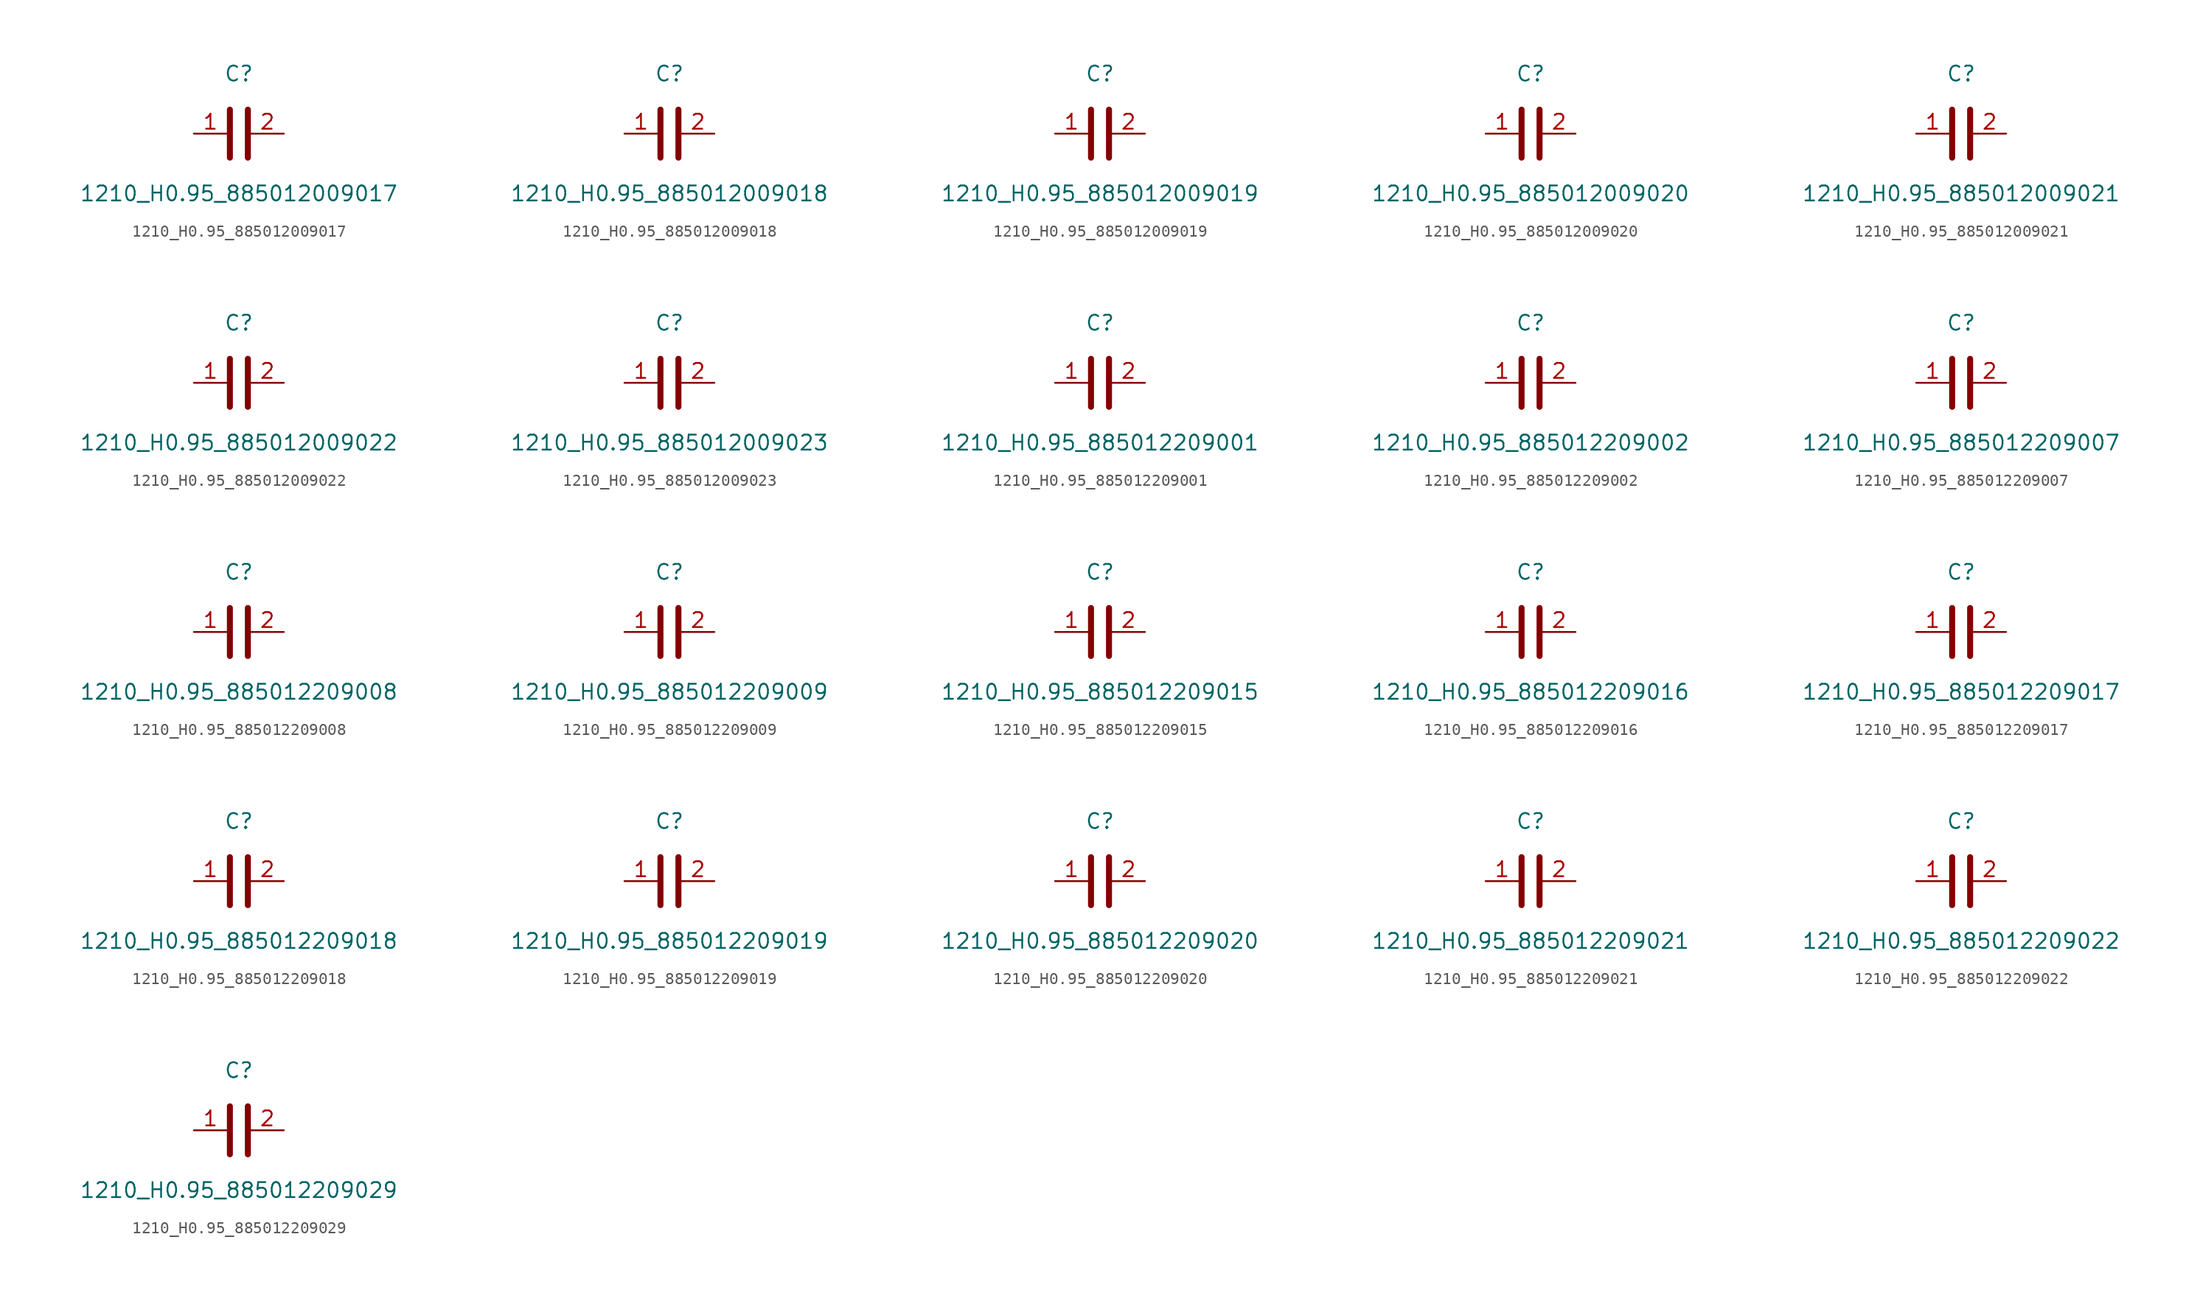
<source format=kicad_sym>
(kicad_symbol_lib
  (version 20220914)
  (generator kicad_symbol_editor)
  (symbol "1210_H0.95_885012009017"
    (pin_names hide)
    (property "Reference" "C"
      (at 0 5.08 0)
      (effects (font (size 1.27 1.27))))
    (property "Value" "1210_H0.95_885012009017"
      (at 0 -5.08 0)
      (effects (font (size 1.27 1.27))))
    (symbol "1210_H0.95_885012009017_0_1"
      (polyline (pts (xy -0.762 -2.032) (xy -0.762 2.032)) (stroke (width 0.508) (type default)) (fill (type none)))
      (polyline (pts (xy 0.762 -2.032) (xy 0.762 2.032)) (stroke (width 0.508) (type default)) (fill (type none))))
    (symbol "1210_H0.95_885012009017_1_1"
      (pin passive line (at -3.81 0 0) (length 2.794) (name "1" (effects (font (size 1.27 1.27)))) (number "1" (effects (font (size 1.27 1.27)))))
      (pin passive line (at 3.81 0 180) (length 2.794) (name "2" (effects (font (size 1.27 1.27)))) (number "2" (effects (font (size 1.27 1.27)))))))
  (symbol "1210_H0.95_885012009018"
    (pin_names hide)
    (property "Reference" "C"
      (at 0 5.08 0)
      (effects (font (size 1.27 1.27))))
    (property "Value" "1210_H0.95_885012009018"
      (at 0 -5.08 0)
      (effects (font (size 1.27 1.27))))
    (symbol "1210_H0.95_885012009018_0_1"
      (polyline (pts (xy -0.762 -2.032) (xy -0.762 2.032)) (stroke (width 0.508) (type default)) (fill (type none)))
      (polyline (pts (xy 0.762 -2.032) (xy 0.762 2.032)) (stroke (width 0.508) (type default)) (fill (type none))))
    (symbol "1210_H0.95_885012009018_1_1"
      (pin passive line (at -3.81 0 0) (length 2.794) (name "1" (effects (font (size 1.27 1.27)))) (number "1" (effects (font (size 1.27 1.27)))))
      (pin passive line (at 3.81 0 180) (length 2.794) (name "2" (effects (font (size 1.27 1.27)))) (number "2" (effects (font (size 1.27 1.27)))))))
  (symbol "1210_H0.95_885012009019"
    (pin_names hide)
    (property "Reference" "C"
      (at 0 5.08 0)
      (effects (font (size 1.27 1.27))))
    (property "Value" "1210_H0.95_885012009019"
      (at 0 -5.08 0)
      (effects (font (size 1.27 1.27))))
    (symbol "1210_H0.95_885012009019_0_1"
      (polyline (pts (xy -0.762 -2.032) (xy -0.762 2.032)) (stroke (width 0.508) (type default)) (fill (type none)))
      (polyline (pts (xy 0.762 -2.032) (xy 0.762 2.032)) (stroke (width 0.508) (type default)) (fill (type none))))
    (symbol "1210_H0.95_885012009019_1_1"
      (pin passive line (at -3.81 0 0) (length 2.794) (name "1" (effects (font (size 1.27 1.27)))) (number "1" (effects (font (size 1.27 1.27)))))
      (pin passive line (at 3.81 0 180) (length 2.794) (name "2" (effects (font (size 1.27 1.27)))) (number "2" (effects (font (size 1.27 1.27)))))))
  (symbol "1210_H0.95_885012009020"
    (pin_names hide)
    (property "Reference" "C"
      (at 0 5.08 0)
      (effects (font (size 1.27 1.27))))
    (property "Value" "1210_H0.95_885012009020"
      (at 0 -5.08 0)
      (effects (font (size 1.27 1.27))))
    (symbol "1210_H0.95_885012009020_0_1"
      (polyline (pts (xy -0.762 -2.032) (xy -0.762 2.032)) (stroke (width 0.508) (type default)) (fill (type none)))
      (polyline (pts (xy 0.762 -2.032) (xy 0.762 2.032)) (stroke (width 0.508) (type default)) (fill (type none))))
    (symbol "1210_H0.95_885012009020_1_1"
      (pin passive line (at -3.81 0 0) (length 2.794) (name "1" (effects (font (size 1.27 1.27)))) (number "1" (effects (font (size 1.27 1.27)))))
      (pin passive line (at 3.81 0 180) (length 2.794) (name "2" (effects (font (size 1.27 1.27)))) (number "2" (effects (font (size 1.27 1.27)))))))
  (symbol "1210_H0.95_885012009021"
    (pin_names hide)
    (property "Reference" "C"
      (at 0 5.08 0)
      (effects (font (size 1.27 1.27))))
    (property "Value" "1210_H0.95_885012009021"
      (at 0 -5.08 0)
      (effects (font (size 1.27 1.27))))
    (symbol "1210_H0.95_885012009021_0_1"
      (polyline (pts (xy -0.762 -2.032) (xy -0.762 2.032)) (stroke (width 0.508) (type default)) (fill (type none)))
      (polyline (pts (xy 0.762 -2.032) (xy 0.762 2.032)) (stroke (width 0.508) (type default)) (fill (type none))))
    (symbol "1210_H0.95_885012009021_1_1"
      (pin passive line (at -3.81 0 0) (length 2.794) (name "1" (effects (font (size 1.27 1.27)))) (number "1" (effects (font (size 1.27 1.27)))))
      (pin passive line (at 3.81 0 180) (length 2.794) (name "2" (effects (font (size 1.27 1.27)))) (number "2" (effects (font (size 1.27 1.27)))))))
  (symbol "1210_H0.95_885012009022"
    (pin_names hide)
    (property "Reference" "C"
      (at 0 5.08 0)
      (effects (font (size 1.27 1.27))))
    (property "Value" "1210_H0.95_885012009022"
      (at 0 -5.08 0)
      (effects (font (size 1.27 1.27))))
    (symbol "1210_H0.95_885012009022_0_1"
      (polyline (pts (xy -0.762 -2.032) (xy -0.762 2.032)) (stroke (width 0.508) (type default)) (fill (type none)))
      (polyline (pts (xy 0.762 -2.032) (xy 0.762 2.032)) (stroke (width 0.508) (type default)) (fill (type none))))
    (symbol "1210_H0.95_885012009022_1_1"
      (pin passive line (at -3.81 0 0) (length 2.794) (name "1" (effects (font (size 1.27 1.27)))) (number "1" (effects (font (size 1.27 1.27)))))
      (pin passive line (at 3.81 0 180) (length 2.794) (name "2" (effects (font (size 1.27 1.27)))) (number "2" (effects (font (size 1.27 1.27)))))))
  (symbol "1210_H0.95_885012009023"
    (pin_names hide)
    (property "Reference" "C"
      (at 0 5.08 0)
      (effects (font (size 1.27 1.27))))
    (property "Value" "1210_H0.95_885012009023"
      (at 0 -5.08 0)
      (effects (font (size 1.27 1.27))))
    (symbol "1210_H0.95_885012009023_0_1"
      (polyline (pts (xy -0.762 -2.032) (xy -0.762 2.032)) (stroke (width 0.508) (type default)) (fill (type none)))
      (polyline (pts (xy 0.762 -2.032) (xy 0.762 2.032)) (stroke (width 0.508) (type default)) (fill (type none))))
    (symbol "1210_H0.95_885012009023_1_1"
      (pin passive line (at -3.81 0 0) (length 2.794) (name "1" (effects (font (size 1.27 1.27)))) (number "1" (effects (font (size 1.27 1.27)))))
      (pin passive line (at 3.81 0 180) (length 2.794) (name "2" (effects (font (size 1.27 1.27)))) (number "2" (effects (font (size 1.27 1.27)))))))
  (symbol "1210_H0.95_885012209001"
    (pin_names hide)
    (property "Reference" "C"
      (at 0 5.08 0)
      (effects (font (size 1.27 1.27))))
    (property "Value" "1210_H0.95_885012209001"
      (at 0 -5.08 0)
      (effects (font (size 1.27 1.27))))
    (symbol "1210_H0.95_885012209001_0_1"
      (polyline (pts (xy -0.762 -2.032) (xy -0.762 2.032)) (stroke (width 0.508) (type default)) (fill (type none)))
      (polyline (pts (xy 0.762 -2.032) (xy 0.762 2.032)) (stroke (width 0.508) (type default)) (fill (type none))))
    (symbol "1210_H0.95_885012209001_1_1"
      (pin passive line (at -3.81 0 0) (length 2.794) (name "1" (effects (font (size 1.27 1.27)))) (number "1" (effects (font (size 1.27 1.27)))))
      (pin passive line (at 3.81 0 180) (length 2.794) (name "2" (effects (font (size 1.27 1.27)))) (number "2" (effects (font (size 1.27 1.27)))))))
  (symbol "1210_H0.95_885012209002"
    (pin_names hide)
    (property "Reference" "C"
      (at 0 5.08 0)
      (effects (font (size 1.27 1.27))))
    (property "Value" "1210_H0.95_885012209002"
      (at 0 -5.08 0)
      (effects (font (size 1.27 1.27))))
    (symbol "1210_H0.95_885012209002_0_1"
      (polyline (pts (xy -0.762 -2.032) (xy -0.762 2.032)) (stroke (width 0.508) (type default)) (fill (type none)))
      (polyline (pts (xy 0.762 -2.032) (xy 0.762 2.032)) (stroke (width 0.508) (type default)) (fill (type none))))
    (symbol "1210_H0.95_885012209002_1_1"
      (pin passive line (at -3.81 0 0) (length 2.794) (name "1" (effects (font (size 1.27 1.27)))) (number "1" (effects (font (size 1.27 1.27)))))
      (pin passive line (at 3.81 0 180) (length 2.794) (name "2" (effects (font (size 1.27 1.27)))) (number "2" (effects (font (size 1.27 1.27)))))))
  (symbol "1210_H0.95_885012209007"
    (pin_names hide)
    (property "Reference" "C"
      (at 0 5.08 0)
      (effects (font (size 1.27 1.27))))
    (property "Value" "1210_H0.95_885012209007"
      (at 0 -5.08 0)
      (effects (font (size 1.27 1.27))))
    (symbol "1210_H0.95_885012209007_0_1"
      (polyline (pts (xy -0.762 -2.032) (xy -0.762 2.032)) (stroke (width 0.508) (type default)) (fill (type none)))
      (polyline (pts (xy 0.762 -2.032) (xy 0.762 2.032)) (stroke (width 0.508) (type default)) (fill (type none))))
    (symbol "1210_H0.95_885012209007_1_1"
      (pin passive line (at -3.81 0 0) (length 2.794) (name "1" (effects (font (size 1.27 1.27)))) (number "1" (effects (font (size 1.27 1.27)))))
      (pin passive line (at 3.81 0 180) (length 2.794) (name "2" (effects (font (size 1.27 1.27)))) (number "2" (effects (font (size 1.27 1.27)))))))
  (symbol "1210_H0.95_885012209008"
    (pin_names hide)
    (property "Reference" "C"
      (at 0 5.08 0)
      (effects (font (size 1.27 1.27))))
    (property "Value" "1210_H0.95_885012209008"
      (at 0 -5.08 0)
      (effects (font (size 1.27 1.27))))
    (symbol "1210_H0.95_885012209008_0_1"
      (polyline (pts (xy -0.762 -2.032) (xy -0.762 2.032)) (stroke (width 0.508) (type default)) (fill (type none)))
      (polyline (pts (xy 0.762 -2.032) (xy 0.762 2.032)) (stroke (width 0.508) (type default)) (fill (type none))))
    (symbol "1210_H0.95_885012209008_1_1"
      (pin passive line (at -3.81 0 0) (length 2.794) (name "1" (effects (font (size 1.27 1.27)))) (number "1" (effects (font (size 1.27 1.27)))))
      (pin passive line (at 3.81 0 180) (length 2.794) (name "2" (effects (font (size 1.27 1.27)))) (number "2" (effects (font (size 1.27 1.27)))))))
  (symbol "1210_H0.95_885012209009"
    (pin_names hide)
    (property "Reference" "C"
      (at 0 5.08 0)
      (effects (font (size 1.27 1.27))))
    (property "Value" "1210_H0.95_885012209009"
      (at 0 -5.08 0)
      (effects (font (size 1.27 1.27))))
    (symbol "1210_H0.95_885012209009_0_1"
      (polyline (pts (xy -0.762 -2.032) (xy -0.762 2.032)) (stroke (width 0.508) (type default)) (fill (type none)))
      (polyline (pts (xy 0.762 -2.032) (xy 0.762 2.032)) (stroke (width 0.508) (type default)) (fill (type none))))
    (symbol "1210_H0.95_885012209009_1_1"
      (pin passive line (at -3.81 0 0) (length 2.794) (name "1" (effects (font (size 1.27 1.27)))) (number "1" (effects (font (size 1.27 1.27)))))
      (pin passive line (at 3.81 0 180) (length 2.794) (name "2" (effects (font (size 1.27 1.27)))) (number "2" (effects (font (size 1.27 1.27)))))))
  (symbol "1210_H0.95_885012209015"
    (pin_names hide)
    (property "Reference" "C"
      (at 0 5.08 0)
      (effects (font (size 1.27 1.27))))
    (property "Value" "1210_H0.95_885012209015"
      (at 0 -5.08 0)
      (effects (font (size 1.27 1.27))))
    (symbol "1210_H0.95_885012209015_0_1"
      (polyline (pts (xy -0.762 -2.032) (xy -0.762 2.032)) (stroke (width 0.508) (type default)) (fill (type none)))
      (polyline (pts (xy 0.762 -2.032) (xy 0.762 2.032)) (stroke (width 0.508) (type default)) (fill (type none))))
    (symbol "1210_H0.95_885012209015_1_1"
      (pin passive line (at -3.81 0 0) (length 2.794) (name "1" (effects (font (size 1.27 1.27)))) (number "1" (effects (font (size 1.27 1.27)))))
      (pin passive line (at 3.81 0 180) (length 2.794) (name "2" (effects (font (size 1.27 1.27)))) (number "2" (effects (font (size 1.27 1.27)))))))
  (symbol "1210_H0.95_885012209016"
    (pin_names hide)
    (property "Reference" "C"
      (at 0 5.08 0)
      (effects (font (size 1.27 1.27))))
    (property "Value" "1210_H0.95_885012209016"
      (at 0 -5.08 0)
      (effects (font (size 1.27 1.27))))
    (symbol "1210_H0.95_885012209016_0_1"
      (polyline (pts (xy -0.762 -2.032) (xy -0.762 2.032)) (stroke (width 0.508) (type default)) (fill (type none)))
      (polyline (pts (xy 0.762 -2.032) (xy 0.762 2.032)) (stroke (width 0.508) (type default)) (fill (type none))))
    (symbol "1210_H0.95_885012209016_1_1"
      (pin passive line (at -3.81 0 0) (length 2.794) (name "1" (effects (font (size 1.27 1.27)))) (number "1" (effects (font (size 1.27 1.27)))))
      (pin passive line (at 3.81 0 180) (length 2.794) (name "2" (effects (font (size 1.27 1.27)))) (number "2" (effects (font (size 1.27 1.27)))))))
  (symbol "1210_H0.95_885012209017"
    (pin_names hide)
    (property "Reference" "C"
      (at 0 5.08 0)
      (effects (font (size 1.27 1.27))))
    (property "Value" "1210_H0.95_885012209017"
      (at 0 -5.08 0)
      (effects (font (size 1.27 1.27))))
    (symbol "1210_H0.95_885012209017_0_1"
      (polyline (pts (xy -0.762 -2.032) (xy -0.762 2.032)) (stroke (width 0.508) (type default)) (fill (type none)))
      (polyline (pts (xy 0.762 -2.032) (xy 0.762 2.032)) (stroke (width 0.508) (type default)) (fill (type none))))
    (symbol "1210_H0.95_885012209017_1_1"
      (pin passive line (at -3.81 0 0) (length 2.794) (name "1" (effects (font (size 1.27 1.27)))) (number "1" (effects (font (size 1.27 1.27)))))
      (pin passive line (at 3.81 0 180) (length 2.794) (name "2" (effects (font (size 1.27 1.27)))) (number "2" (effects (font (size 1.27 1.27)))))))
  (symbol "1210_H0.95_885012209018"
    (pin_names hide)
    (property "Reference" "C"
      (at 0 5.08 0)
      (effects (font (size 1.27 1.27))))
    (property "Value" "1210_H0.95_885012209018"
      (at 0 -5.08 0)
      (effects (font (size 1.27 1.27))))
    (symbol "1210_H0.95_885012209018_0_1"
      (polyline (pts (xy -0.762 -2.032) (xy -0.762 2.032)) (stroke (width 0.508) (type default)) (fill (type none)))
      (polyline (pts (xy 0.762 -2.032) (xy 0.762 2.032)) (stroke (width 0.508) (type default)) (fill (type none))))
    (symbol "1210_H0.95_885012209018_1_1"
      (pin passive line (at -3.81 0 0) (length 2.794) (name "1" (effects (font (size 1.27 1.27)))) (number "1" (effects (font (size 1.27 1.27)))))
      (pin passive line (at 3.81 0 180) (length 2.794) (name "2" (effects (font (size 1.27 1.27)))) (number "2" (effects (font (size 1.27 1.27)))))))
  (symbol "1210_H0.95_885012209019"
    (pin_names hide)
    (property "Reference" "C"
      (at 0 5.08 0)
      (effects (font (size 1.27 1.27))))
    (property "Value" "1210_H0.95_885012209019"
      (at 0 -5.08 0)
      (effects (font (size 1.27 1.27))))
    (symbol "1210_H0.95_885012209019_0_1"
      (polyline (pts (xy -0.762 -2.032) (xy -0.762 2.032)) (stroke (width 0.508) (type default)) (fill (type none)))
      (polyline (pts (xy 0.762 -2.032) (xy 0.762 2.032)) (stroke (width 0.508) (type default)) (fill (type none))))
    (symbol "1210_H0.95_885012209019_1_1"
      (pin passive line (at -3.81 0 0) (length 2.794) (name "1" (effects (font (size 1.27 1.27)))) (number "1" (effects (font (size 1.27 1.27)))))
      (pin passive line (at 3.81 0 180) (length 2.794) (name "2" (effects (font (size 1.27 1.27)))) (number "2" (effects (font (size 1.27 1.27)))))))
  (symbol "1210_H0.95_885012209020"
    (pin_names hide)
    (property "Reference" "C"
      (at 0 5.08 0)
      (effects (font (size 1.27 1.27))))
    (property "Value" "1210_H0.95_885012209020"
      (at 0 -5.08 0)
      (effects (font (size 1.27 1.27))))
    (symbol "1210_H0.95_885012209020_0_1"
      (polyline (pts (xy -0.762 -2.032) (xy -0.762 2.032)) (stroke (width 0.508) (type default)) (fill (type none)))
      (polyline (pts (xy 0.762 -2.032) (xy 0.762 2.032)) (stroke (width 0.508) (type default)) (fill (type none))))
    (symbol "1210_H0.95_885012209020_1_1"
      (pin passive line (at -3.81 0 0) (length 2.794) (name "1" (effects (font (size 1.27 1.27)))) (number "1" (effects (font (size 1.27 1.27)))))
      (pin passive line (at 3.81 0 180) (length 2.794) (name "2" (effects (font (size 1.27 1.27)))) (number "2" (effects (font (size 1.27 1.27)))))))
  (symbol "1210_H0.95_885012209021"
    (pin_names hide)
    (property "Reference" "C"
      (at 0 5.08 0)
      (effects (font (size 1.27 1.27))))
    (property "Value" "1210_H0.95_885012209021"
      (at 0 -5.08 0)
      (effects (font (size 1.27 1.27))))
    (symbol "1210_H0.95_885012209021_0_1"
      (polyline (pts (xy -0.762 -2.032) (xy -0.762 2.032)) (stroke (width 0.508) (type default)) (fill (type none)))
      (polyline (pts (xy 0.762 -2.032) (xy 0.762 2.032)) (stroke (width 0.508) (type default)) (fill (type none))))
    (symbol "1210_H0.95_885012209021_1_1"
      (pin passive line (at -3.81 0 0) (length 2.794) (name "1" (effects (font (size 1.27 1.27)))) (number "1" (effects (font (size 1.27 1.27)))))
      (pin passive line (at 3.81 0 180) (length 2.794) (name "2" (effects (font (size 1.27 1.27)))) (number "2" (effects (font (size 1.27 1.27)))))))
  (symbol "1210_H0.95_885012209022"
    (pin_names hide)
    (property "Reference" "C"
      (at 0 5.08 0)
      (effects (font (size 1.27 1.27))))
    (property "Value" "1210_H0.95_885012209022"
      (at 0 -5.08 0)
      (effects (font (size 1.27 1.27))))
    (symbol "1210_H0.95_885012209022_0_1"
      (polyline (pts (xy -0.762 -2.032) (xy -0.762 2.032)) (stroke (width 0.508) (type default)) (fill (type none)))
      (polyline (pts (xy 0.762 -2.032) (xy 0.762 2.032)) (stroke (width 0.508) (type default)) (fill (type none))))
    (symbol "1210_H0.95_885012209022_1_1"
      (pin passive line (at -3.81 0 0) (length 2.794) (name "1" (effects (font (size 1.27 1.27)))) (number "1" (effects (font (size 1.27 1.27)))))
      (pin passive line (at 3.81 0 180) (length 2.794) (name "2" (effects (font (size 1.27 1.27)))) (number "2" (effects (font (size 1.27 1.27)))))))
  (symbol "1210_H0.95_885012209029"
    (pin_names hide)
    (property "Reference" "C"
      (at 0 5.08 0)
      (effects (font (size 1.27 1.27))))
    (property "Value" "1210_H0.95_885012209029"
      (at 0 -5.08 0)
      (effects (font (size 1.27 1.27))))
    (symbol "1210_H0.95_885012209029_0_1"
      (polyline (pts (xy -0.762 -2.032) (xy -0.762 2.032)) (stroke (width 0.508) (type default)) (fill (type none)))
      (polyline (pts (xy 0.762 -2.032) (xy 0.762 2.032)) (stroke (width 0.508) (type default)) (fill (type none))))
    (symbol "1210_H0.95_885012209029_1_1"
      (pin passive line (at -3.81 0 0) (length 2.794) (name "1" (effects (font (size 1.27 1.27)))) (number "1" (effects (font (size 1.27 1.27)))))
      (pin passive line (at 3.81 0 180) (length 2.794) (name "2" (effects (font (size 1.27 1.27)))) (number "2" (effects (font (size 1.27 1.27))))))))
</source>
